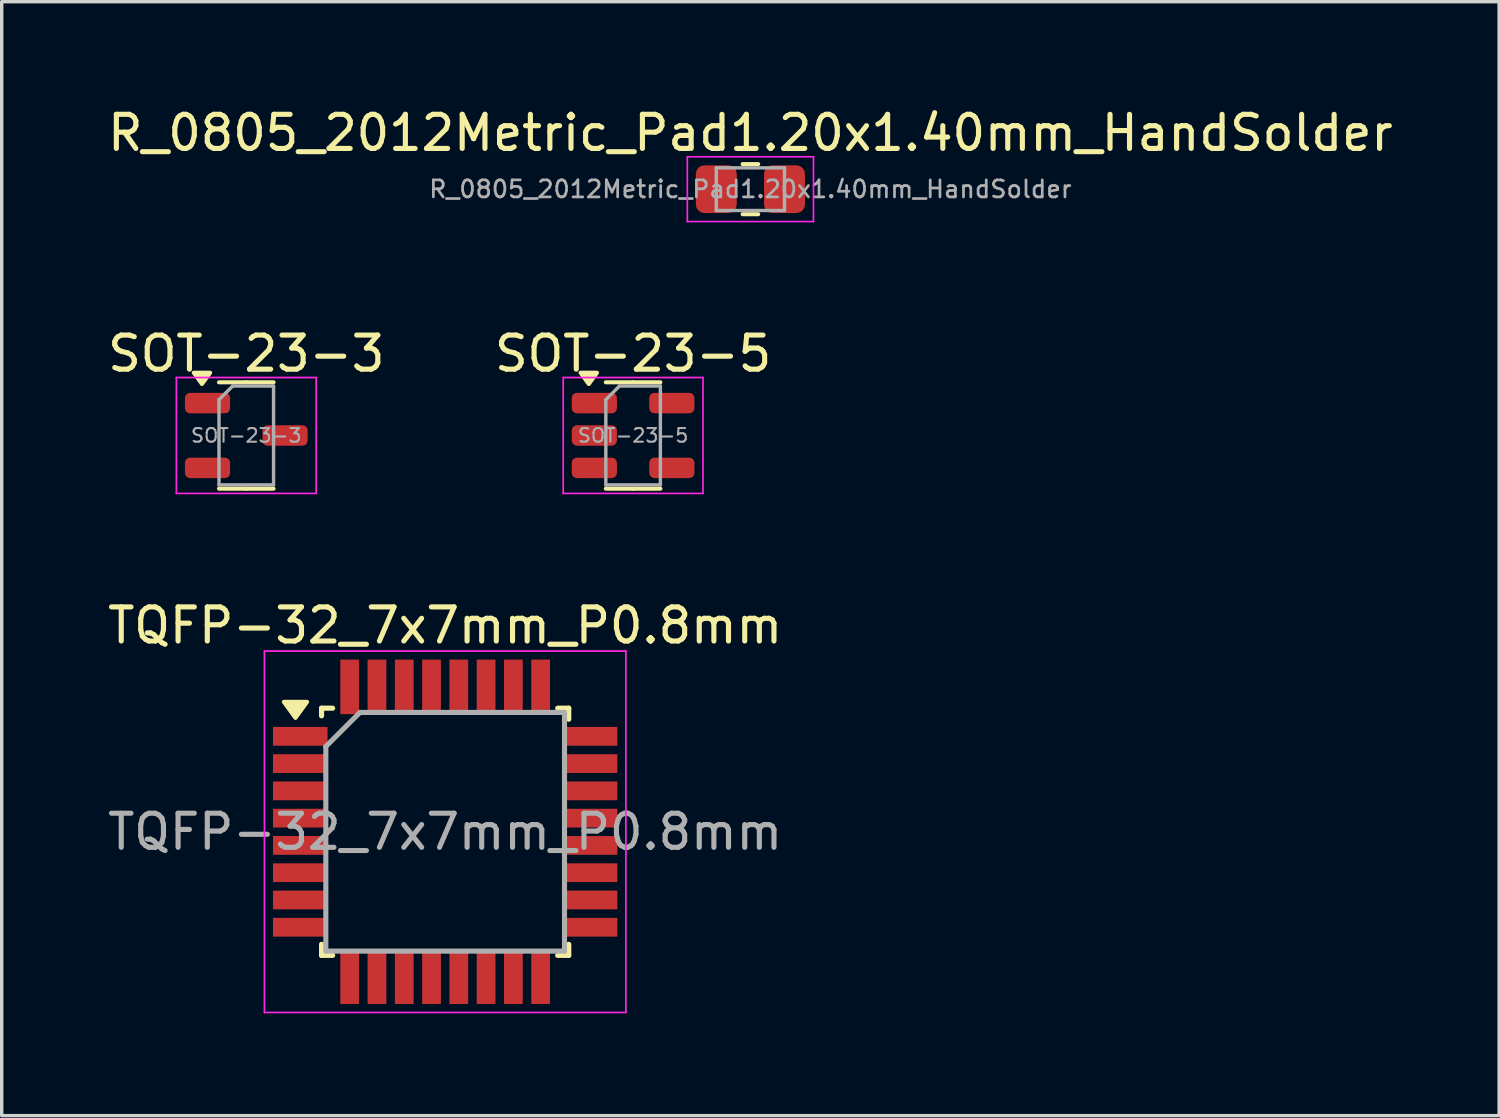
<source format=kicad_pcb>
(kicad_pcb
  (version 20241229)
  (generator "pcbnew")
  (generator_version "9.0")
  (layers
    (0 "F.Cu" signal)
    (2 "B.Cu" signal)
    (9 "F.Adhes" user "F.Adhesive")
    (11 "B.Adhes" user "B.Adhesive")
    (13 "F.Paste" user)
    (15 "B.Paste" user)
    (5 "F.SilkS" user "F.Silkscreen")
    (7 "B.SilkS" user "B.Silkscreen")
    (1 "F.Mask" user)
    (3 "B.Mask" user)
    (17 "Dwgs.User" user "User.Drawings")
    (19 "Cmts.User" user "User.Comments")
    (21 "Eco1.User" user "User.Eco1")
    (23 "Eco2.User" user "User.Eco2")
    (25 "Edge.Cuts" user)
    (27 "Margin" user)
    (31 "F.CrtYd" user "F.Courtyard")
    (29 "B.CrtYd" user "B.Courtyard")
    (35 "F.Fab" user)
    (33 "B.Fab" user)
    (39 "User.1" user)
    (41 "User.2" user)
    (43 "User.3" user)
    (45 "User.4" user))
  (footprint "SOT-23-3"
    (layer "F.Cu")
    (at 4.173 9.722)
    (property "Reference" "SOT-23-3" (at 0 -2.4 0) (layer "F.SilkS") (effects (font (size 1 1) (thickness 0.15))))
    (attr smd)
    (fp_line (start 0 -1.56) (end -0.8 -1.56) (stroke (width 0.12) (type solid)) (layer "F.SilkS"))
    (fp_line (start 0 -1.56) (end 0.8 -1.56) (stroke (width 0.12) (type solid)) (layer "F.SilkS"))
    (fp_line (start 0 1.56) (end -0.8 1.56) (stroke (width 0.12) (type solid)) (layer "F.SilkS"))
    (fp_line (start 0 1.56) (end 0.8 1.56) (stroke (width 0.12) (type solid)) (layer "F.SilkS"))
    (fp_poly (pts (xy -1.3 -1.51) (xy -1.54 -1.84) (xy -1.06 -1.84) (xy -1.3 -1.51)) (stroke (width 0.12) (type solid)) (fill yes) (layer "F.SilkS"))
    (fp_line (start -2.05 -1.7) (end -2.05 1.7) (stroke (width 0.05) (type solid)) (layer "F.CrtYd"))
    (fp_line (start -2.05 1.7) (end 2.05 1.7) (stroke (width 0.05) (type solid)) (layer "F.CrtYd"))
    (fp_line (start 2.05 -1.7) (end -2.05 -1.7) (stroke (width 0.05) (type solid)) (layer "F.CrtYd"))
    (fp_line (start 2.05 1.7) (end 2.05 -1.7) (stroke (width 0.05) (type solid)) (layer "F.CrtYd"))
    (fp_line (start -0.8 -1.05) (end -0.4 -1.45) (stroke (width 0.1) (type solid)) (layer "F.Fab"))
    (fp_line (start -0.8 1.45) (end -0.8 -1.05) (stroke (width 0.1) (type solid)) (layer "F.Fab"))
    (fp_line (start -0.4 -1.45) (end 0.8 -1.45) (stroke (width 0.1) (type solid)) (layer "F.Fab"))
    (fp_line (start 0.8 -1.45) (end 0.8 1.45) (stroke (width 0.1) (type solid)) (layer "F.Fab"))
    (fp_line (start 0.8 1.45) (end -0.8 1.45) (stroke (width 0.1) (type solid)) (layer "F.Fab"))
    (fp_text user "${REFERENCE}" (at 0 0 0) (layer "F.Fab") (effects (font (size 0.4 0.4) (thickness 0.06))))
    (pad "1" smd roundrect (at -1.137 -0.95) (size 1.325 0.6) (layers "F.Cu" "F.Mask" "F.Paste") (roundrect_rratio 0.25))
    (pad "2" smd roundrect (at -1.137 0.95) (size 1.325 0.6) (layers "F.Cu" "F.Mask" "F.Paste") (roundrect_rratio 0.25))
    (pad "3" smd roundrect (at 1.137 0) (size 1.325 0.6) (layers "F.Cu" "F.Mask" "F.Paste") (roundrect_rratio 0.25)))
  (footprint "TQFP-32_7x7mm_P0.8mm"
    (layer "F.Cu")
    (at 10.006 21.345)
    (property "Reference" "TQFP-32_7x7mm_P0.8mm" (at 0 -6.05 0) (layer "F.SilkS") (effects (font (size 1 1) (thickness 0.15))))
    (attr smd)
    (fp_line (start -3.625 -3.625) (end -3.625 -3.4) (stroke (width 0.15) (type solid)) (layer "F.SilkS"))
    (fp_line (start -3.625 -3.625) (end -3.3 -3.625) (stroke (width 0.15) (type solid)) (layer "F.SilkS"))
    (fp_line (start -3.625 3.625) (end -3.625 3.3) (stroke (width 0.15) (type solid)) (layer "F.SilkS"))
    (fp_line (start -3.625 3.625) (end -3.3 3.625) (stroke (width 0.15) (type solid)) (layer "F.SilkS"))
    (fp_line (start 3.625 -3.625) (end 3.3 -3.625) (stroke (width 0.15) (type solid)) (layer "F.SilkS"))
    (fp_line (start 3.625 -3.625) (end 3.625 -3.3) (stroke (width 0.15) (type solid)) (layer "F.SilkS"))
    (fp_line (start 3.625 3.625) (end 3.3 3.625) (stroke (width 0.15) (type solid)) (layer "F.SilkS"))
    (fp_line (start 3.625 3.625) (end 3.625 3.3) (stroke (width 0.15) (type solid)) (layer "F.SilkS"))
    (fp_poly (pts (xy -4.39 -3.34) (xy -4.73 -3.81) (xy -4.05 -3.81) (xy -4.39 -3.34)) (stroke (width 0.12) (type solid)) (fill yes) (layer "F.SilkS"))
    (fp_line (start -5.3 -5.3) (end -5.3 5.3) (stroke (width 0.05) (type solid)) (layer "F.CrtYd"))
    (fp_line (start -5.3 -5.3) (end 5.3 -5.3) (stroke (width 0.05) (type solid)) (layer "F.CrtYd"))
    (fp_line (start -5.3 5.3) (end 5.3 5.3) (stroke (width 0.05) (type solid)) (layer "F.CrtYd"))
    (fp_line (start 5.3 -5.3) (end 5.3 5.3) (stroke (width 0.05) (type solid)) (layer "F.CrtYd"))
    (fp_line (start -3.5 -2.5) (end -2.5 -3.5) (stroke (width 0.15) (type solid)) (layer "F.Fab"))
    (fp_line (start -3.5 3.5) (end -3.5 -2.5) (stroke (width 0.15) (type solid)) (layer "F.Fab"))
    (fp_line (start -2.5 -3.5) (end 3.5 -3.5) (stroke (width 0.15) (type solid)) (layer "F.Fab"))
    (fp_line (start 3.5 -3.5) (end 3.5 3.5) (stroke (width 0.15) (type solid)) (layer "F.Fab"))
    (fp_line (start 3.5 3.5) (end -3.5 3.5) (stroke (width 0.15) (type solid)) (layer "F.Fab"))
    (fp_text user "${REFERENCE}" (at 0 0 0) (layer "F.Fab") (effects (font (size 1 1) (thickness 0.15))))
    (pad "1" smd rect (at -4.25 -2.8) (size 1.6 0.55) (layers "F.Cu" "F.Mask" "F.Paste"))
    (pad "2" smd rect (at -4.25 -2) (size 1.6 0.55) (layers "F.Cu" "F.Mask" "F.Paste"))
    (pad "3" smd rect (at -4.25 -1.2) (size 1.6 0.55) (layers "F.Cu" "F.Mask" "F.Paste"))
    (pad "4" smd rect (at -4.25 -0.4) (size 1.6 0.55) (layers "F.Cu" "F.Mask" "F.Paste"))
    (pad "5" smd rect (at -4.25 0.4) (size 1.6 0.55) (layers "F.Cu" "F.Mask" "F.Paste"))
    (pad "6" smd rect (at -4.25 1.2) (size 1.6 0.55) (layers "F.Cu" "F.Mask" "F.Paste"))
    (pad "7" smd rect (at -4.25 2) (size 1.6 0.55) (layers "F.Cu" "F.Mask" "F.Paste"))
    (pad "8" smd rect (at -4.25 2.8) (size 1.6 0.55) (layers "F.Cu" "F.Mask" "F.Paste"))
    (pad "9" smd rect (at -2.8 4.25 90) (size 1.6 0.55) (layers "F.Cu" "F.Mask" "F.Paste"))
    (pad "10" smd rect (at -2 4.25 90) (size 1.6 0.55) (layers "F.Cu" "F.Mask" "F.Paste"))
    (pad "11" smd rect (at -1.2 4.25 90) (size 1.6 0.55) (layers "F.Cu" "F.Mask" "F.Paste"))
    (pad "12" smd rect (at -0.4 4.25 90) (size 1.6 0.55) (layers "F.Cu" "F.Mask" "F.Paste"))
    (pad "13" smd rect (at 0.4 4.25 90) (size 1.6 0.55) (layers "F.Cu" "F.Mask" "F.Paste"))
    (pad "14" smd rect (at 1.2 4.25 90) (size 1.6 0.55) (layers "F.Cu" "F.Mask" "F.Paste"))
    (pad "15" smd rect (at 2 4.25 90) (size 1.6 0.55) (layers "F.Cu" "F.Mask" "F.Paste"))
    (pad "16" smd rect (at 2.8 4.25 90) (size 1.6 0.55) (layers "F.Cu" "F.Mask" "F.Paste"))
    (pad "17" smd rect (at 4.25 2.8) (size 1.6 0.55) (layers "F.Cu" "F.Mask" "F.Paste"))
    (pad "18" smd rect (at 4.25 2) (size 1.6 0.55) (layers "F.Cu" "F.Mask" "F.Paste"))
    (pad "19" smd rect (at 4.25 1.2) (size 1.6 0.55) (layers "F.Cu" "F.Mask" "F.Paste"))
    (pad "20" smd rect (at 4.25 0.4) (size 1.6 0.55) (layers "F.Cu" "F.Mask" "F.Paste"))
    (pad "21" smd rect (at 4.25 -0.4) (size 1.6 0.55) (layers "F.Cu" "F.Mask" "F.Paste"))
    (pad "22" smd rect (at 4.25 -1.2) (size 1.6 0.55) (layers "F.Cu" "F.Mask" "F.Paste"))
    (pad "23" smd rect (at 4.25 -2) (size 1.6 0.55) (layers "F.Cu" "F.Mask" "F.Paste"))
    (pad "24" smd rect (at 4.25 -2.8) (size 1.6 0.55) (layers "F.Cu" "F.Mask" "F.Paste"))
    (pad "25" smd rect (at 2.8 -4.25 90) (size 1.6 0.55) (layers "F.Cu" "F.Mask" "F.Paste"))
    (pad "26" smd rect (at 2 -4.25 90) (size 1.6 0.55) (layers "F.Cu" "F.Mask" "F.Paste"))
    (pad "27" smd rect (at 1.2 -4.25 90) (size 1.6 0.55) (layers "F.Cu" "F.Mask" "F.Paste"))
    (pad "28" smd rect (at 0.4 -4.25 90) (size 1.6 0.55) (layers "F.Cu" "F.Mask" "F.Paste"))
    (pad "29" smd rect (at -0.4 -4.25 90) (size 1.6 0.55) (layers "F.Cu" "F.Mask" "F.Paste"))
    (pad "30" smd rect (at -1.2 -4.25 90) (size 1.6 0.55) (layers "F.Cu" "F.Mask" "F.Paste"))
    (pad "31" smd rect (at -2 -4.25 90) (size 1.6 0.55) (layers "F.Cu" "F.Mask" "F.Paste"))
    (pad "32" smd rect (at -2.8 -4.25 90) (size 1.6 0.55) (layers "F.Cu" "F.Mask" "F.Paste")))
  (footprint "SOT-23-5"
    (layer "F.Cu")
    (at 15.518 9.722)
    (property "Reference" "SOT-23-5" (at 0 -2.4 0) (layer "F.SilkS") (effects (font (size 1 1) (thickness 0.15))))
    (attr smd)
    (fp_line (start 0 -1.56) (end -0.8 -1.56) (stroke (width 0.12) (type solid)) (layer "F.SilkS"))
    (fp_line (start 0 -1.56) (end 0.8 -1.56) (stroke (width 0.12) (type solid)) (layer "F.SilkS"))
    (fp_line (start 0 1.56) (end -0.8 1.56) (stroke (width 0.12) (type solid)) (layer "F.SilkS"))
    (fp_line (start 0 1.56) (end 0.8 1.56) (stroke (width 0.12) (type solid)) (layer "F.SilkS"))
    (fp_poly (pts (xy -1.3 -1.51) (xy -1.54 -1.84) (xy -1.06 -1.84) (xy -1.3 -1.51)) (stroke (width 0.12) (type solid)) (fill yes) (layer "F.SilkS"))
    (fp_line (start -2.05 -1.7) (end -2.05 1.7) (stroke (width 0.05) (type solid)) (layer "F.CrtYd"))
    (fp_line (start -2.05 1.7) (end 2.05 1.7) (stroke (width 0.05) (type solid)) (layer "F.CrtYd"))
    (fp_line (start 2.05 -1.7) (end -2.05 -1.7) (stroke (width 0.05) (type solid)) (layer "F.CrtYd"))
    (fp_line (start 2.05 1.7) (end 2.05 -1.7) (stroke (width 0.05) (type solid)) (layer "F.CrtYd"))
    (fp_line (start -0.8 -1.05) (end -0.4 -1.45) (stroke (width 0.1) (type solid)) (layer "F.Fab"))
    (fp_line (start -0.8 1.45) (end -0.8 -1.05) (stroke (width 0.1) (type solid)) (layer "F.Fab"))
    (fp_line (start -0.4 -1.45) (end 0.8 -1.45) (stroke (width 0.1) (type solid)) (layer "F.Fab"))
    (fp_line (start 0.8 -1.45) (end 0.8 1.45) (stroke (width 0.1) (type solid)) (layer "F.Fab"))
    (fp_line (start 0.8 1.45) (end -0.8 1.45) (stroke (width 0.1) (type solid)) (layer "F.Fab"))
    (fp_text user "${REFERENCE}" (at 0 0 0) (layer "F.Fab") (effects (font (size 0.4 0.4) (thickness 0.06))))
    (pad "1" smd roundrect (at -1.137 -0.95) (size 1.325 0.6) (layers "F.Cu" "F.Mask" "F.Paste") (roundrect_rratio 0.25))
    (pad "2" smd roundrect (at -1.137 0) (size 1.325 0.6) (layers "F.Cu" "F.Mask" "F.Paste") (roundrect_rratio 0.25))
    (pad "3" smd roundrect (at -1.137 0.95) (size 1.325 0.6) (layers "F.Cu" "F.Mask" "F.Paste") (roundrect_rratio 0.25))
    (pad "4" smd roundrect (at 1.137 0.95) (size 1.325 0.6) (layers "F.Cu" "F.Mask" "F.Paste") (roundrect_rratio 0.25))
    (pad "5" smd roundrect (at 1.137 -0.95) (size 1.325 0.6) (layers "F.Cu" "F.Mask" "F.Paste") (roundrect_rratio 0.25)))
  (footprint "R_0805_2012Metric_Pad1.20x1.40mm_HandSolder"
    (layer "F.Cu")
    (at 18.958 2.498)
    (property "Reference" "R_0805_2012Metric_Pad1.20x1.40mm_HandSolder" (at 0 -1.65 0) (layer "F.SilkS") (effects (font (size 1 1) (thickness 0.15))))
    (attr smd)
    (fp_line (start -0.227 -0.735) (end 0.227 -0.735) (stroke (width 0.12) (type solid)) (layer "F.SilkS"))
    (fp_line (start -0.227 0.735) (end 0.227 0.735) (stroke (width 0.12) (type solid)) (layer "F.SilkS"))
    (fp_line (start -1.85 -0.95) (end 1.85 -0.95) (stroke (width 0.05) (type solid)) (layer "F.CrtYd"))
    (fp_line (start -1.85 0.95) (end -1.85 -0.95) (stroke (width 0.05) (type solid)) (layer "F.CrtYd"))
    (fp_line (start 1.85 -0.95) (end 1.85 0.95) (stroke (width 0.05) (type solid)) (layer "F.CrtYd"))
    (fp_line (start 1.85 0.95) (end -1.85 0.95) (stroke (width 0.05) (type solid)) (layer "F.CrtYd"))
    (fp_line (start -1 -0.625) (end 1 -0.625) (stroke (width 0.1) (type solid)) (layer "F.Fab"))
    (fp_line (start -1 0.625) (end -1 -0.625) (stroke (width 0.1) (type solid)) (layer "F.Fab"))
    (fp_line (start 1 -0.625) (end 1 0.625) (stroke (width 0.1) (type solid)) (layer "F.Fab"))
    (fp_line (start 1 0.625) (end -1 0.625) (stroke (width 0.1) (type solid)) (layer "F.Fab"))
    (fp_text user "${REFERENCE}" (at 0 0 0) (layer "F.Fab") (effects (font (size 0.5 0.5) (thickness 0.08))))
    (pad "1" smd roundrect (at -1 0) (size 1.2 1.4) (layers "F.Cu" "F.Mask" "F.Paste") (roundrect_rratio 0.208))
    (pad "2" smd roundrect (at 1 0) (size 1.2 1.4) (layers "F.Cu" "F.Mask" "F.Paste") (roundrect_rratio 0.208)))
  (gr_rect
    (start -3 -3)
    (end 40.917 29.67)
    (stroke (width 0.1) (type default))
    (fill no)
    (layer "Edge.Cuts")))
</source>
